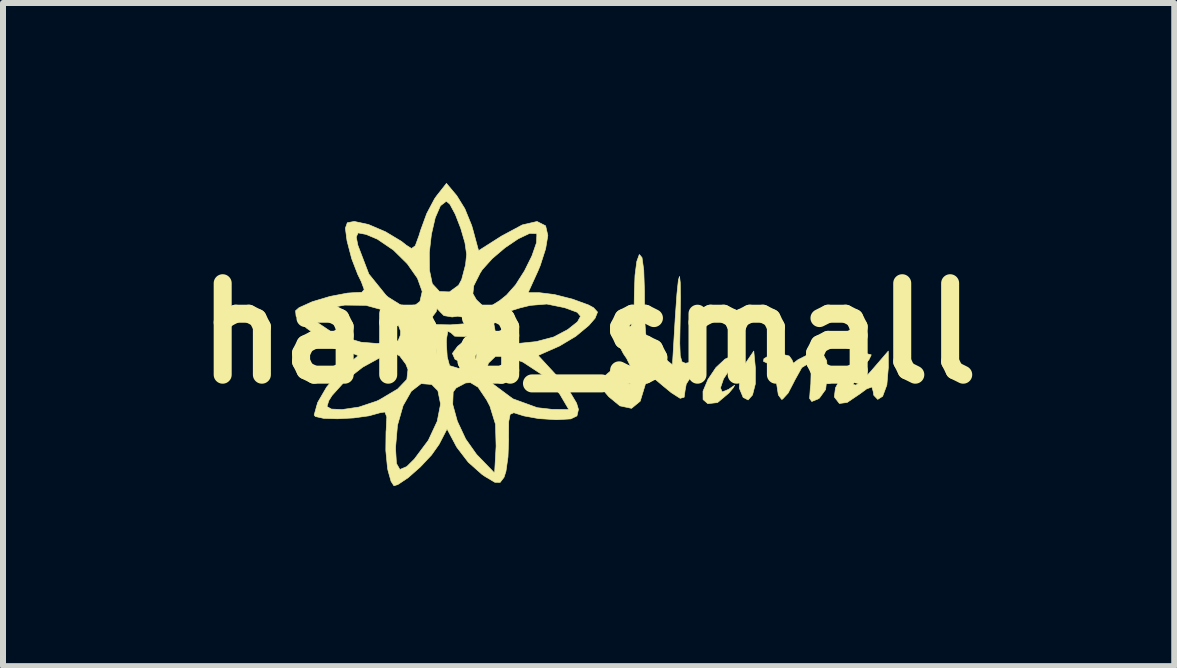
<source format=kicad_pcb>
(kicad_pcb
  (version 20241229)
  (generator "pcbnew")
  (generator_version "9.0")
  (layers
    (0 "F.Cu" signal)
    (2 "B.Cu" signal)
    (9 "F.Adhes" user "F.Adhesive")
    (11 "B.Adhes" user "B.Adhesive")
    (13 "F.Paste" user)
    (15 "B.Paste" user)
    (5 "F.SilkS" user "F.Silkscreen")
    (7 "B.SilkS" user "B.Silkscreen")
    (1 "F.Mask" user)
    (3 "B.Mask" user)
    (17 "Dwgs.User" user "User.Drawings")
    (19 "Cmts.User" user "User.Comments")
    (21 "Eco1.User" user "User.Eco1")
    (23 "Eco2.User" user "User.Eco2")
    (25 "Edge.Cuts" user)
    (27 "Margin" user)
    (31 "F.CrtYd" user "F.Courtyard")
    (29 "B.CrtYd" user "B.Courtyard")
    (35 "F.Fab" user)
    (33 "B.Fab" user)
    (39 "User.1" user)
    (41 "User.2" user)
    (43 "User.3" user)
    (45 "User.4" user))
  (footprint "hana_small"
    (layer "F.Cu")
    (at 6.756 2.503)
    (property "Reference" "hana_small" (at 0 0 0) (layer "F.SilkS") (effects (font (size 1.524 1.524) (thickness 0.3))))
    (attr through_hole)
    (fp_poly (pts (xy 2.779 0.58) (xy 2.778 0.843) (xy 2.731 1.027) (xy 2.658 1.11) (xy 2.575 1.068) (xy 2.51 0.912) (xy 2.523 0.686) (xy 2.606 0.51) (xy 2.752 0.296) (xy 2.779 0.58)) (stroke (width 0.01) (type solid)) (fill yes) (layer "F.SilkS"))
    (fp_poly (pts (xy 2.498 0.375) (xy 2.414 0.513) (xy 2.377 0.562) (xy 2.248 0.759) (xy 2.197 0.908) (xy 2.225 0.977) (xy 2.335 0.933) (xy 2.349 0.922) (xy 2.434 0.864) (xy 2.407 0.912) (xy 2.336 0.996) (xy 2.148 1.154) (xy 1.986 1.172) (xy 1.907 1.103) (xy 1.906 0.966) (xy 1.989 0.768) (xy 2.122 0.57) (xy 2.269 0.433) (xy 2.281 0.426) (xy 2.455 0.348) (xy 2.498 0.375)) (stroke (width 0.01) (type solid)) (fill yes) (layer "F.SilkS"))
    (fp_poly (pts (xy 4.994 0.565) (xy 4.969 0.86) (xy 4.899 1.049) (xy 4.817 1.101) (xy 4.751 1.032) (xy 4.741 0.968) (xy 4.72 0.894) (xy 4.632 0.926) (xy 4.518 1.01) (xy 4.308 1.152) (xy 4.178 1.169) (xy 4.098 1.066) (xy 4.094 1.057) (xy 4.113 0.909) (xy 4.221 0.709) (xy 4.377 0.511) (xy 4.539 0.372) (xy 4.633 0.339) (xy 4.709 0.359) (xy 4.67 0.441) (xy 4.587 0.535) (xy 4.458 0.709) (xy 4.406 0.852) (xy 4.455 0.863) (xy 4.58 0.764) (xy 4.701 0.635) (xy 4.993 0.296) (xy 4.994 0.565)) (stroke (width 0.01) (type solid)) (fill yes) (layer "F.SilkS"))
    (fp_poly (pts (xy 3.911 0.36) (xy 3.967 0.457) (xy 3.979 0.674) (xy 3.949 0.936) (xy 3.846 1.079) (xy 3.818 1.096) (xy 3.718 1.136) (xy 3.682 1.085) (xy 3.694 0.909) (xy 3.702 0.845) (xy 3.708 0.602) (xy 3.651 0.509) (xy 3.552 0.571) (xy 3.43 0.79) (xy 3.424 0.804) (xy 3.324 0.996) (xy 3.232 1.096) (xy 3.216 1.101) (xy 3.161 1.026) (xy 3.133 0.843) (xy 3.133 0.804) (xy 3.107 0.588) (xy 3.022 0.51) (xy 3.001 0.508) (xy 2.913 0.467) (xy 2.921 0.423) (xy 3.033 0.356) (xy 3.199 0.342) (xy 3.342 0.378) (xy 3.387 0.44) (xy 3.412 0.499) (xy 3.488 0.44) (xy 3.65 0.358) (xy 3.785 0.339) (xy 3.911 0.36)) (stroke (width 0.01) (type solid)) (fill yes) (layer "F.SilkS"))
    (fp_poly (pts (xy 0.89 -1.261) (xy 0.919 -1.052) (xy 0.931 -0.696) (xy 0.931 -0.604) (xy 0.934 -0.239) (xy 0.95 -0.003) (xy 0.988 0.146) (xy 1.058 0.249) (xy 1.164 0.341) (xy 1.397 0.524) (xy 1.444 -0.267) (xy 1.472 -0.661) (xy 1.496 -0.888) (xy 1.515 -0.949) (xy 1.527 -0.846) (xy 1.531 -0.582) (xy 1.525 -0.179) (xy 1.519 0.166) (xy 1.527 0.373) (xy 1.555 0.474) (xy 1.612 0.499) (xy 1.686 0.485) (xy 1.834 0.479) (xy 1.845 0.557) (xy 1.736 0.677) (xy 1.627 0.845) (xy 1.609 0.942) (xy 1.592 1.065) (xy 1.525 1.083) (xy 1.379 0.99) (xy 1.24 0.876) (xy 0.974 0.651) (xy 0.944 0.855) (xy 0.86 1.131) (xy 0.715 1.25) (xy 0.522 1.209) (xy 0.337 1.057) (xy 0.209 0.906) (xy 0.192 0.811) (xy 0.276 0.705) (xy 0.285 0.697) (xy 0.401 0.598) (xy 0.471 0.624) (xy 0.517 0.699) (xy 0.622 0.821) (xy 0.682 0.847) (xy 0.756 0.786) (xy 0.738 0.629) (xy 0.633 0.417) (xy 0.581 0.341) (xy 0.473 0.136) (xy 0.455 -0.033) (xy 0.522 -0.125) (xy 0.632 -0.117) (xy 0.701 -0.115) (xy 0.74 -0.196) (xy 0.758 -0.39) (xy 0.762 -0.663) (xy 0.773 -0.966) (xy 0.803 -1.198) (xy 0.844 -1.311) (xy 0.847 -1.312) (xy 0.89 -1.261)) (stroke (width 0.01) (type solid)) (fill yes) (layer "F.SilkS"))
    (fp_poly (pts (xy -2.196 -2.293) (xy -2.062 -2.076) (xy -1.948 -1.797) (xy -1.929 -1.732) (xy -1.833 -1.377) (xy -1.451 -1.62) (xy -1.105 -1.806) (xy -0.859 -1.863) (xy -0.716 -1.791) (xy -0.679 -1.63) (xy -0.716 -1.408) (xy -0.805 -1.131) (xy -0.844 -1.037) (xy -1.008 -0.677) (xy -0.821 -0.677) (xy -0.569 -0.646) (xy -0.266 -0.569) (xy -0.001 -0.472) (xy 0.082 -0.427) (xy 0.149 -0.354) (xy 0.108 -0.251) (xy 0.004 -0.131) (xy -0.214 0.05) (xy -0.482 0.21) (xy -0.52 0.227) (xy -0.841 0.369) (xy -0.505 0.733) (xy -0.322 0.96) (xy -0.2 1.164) (xy -0.169 1.268) (xy -0.194 1.376) (xy -0.297 1.426) (xy -0.522 1.439) (xy -0.545 1.439) (xy -0.83 1.421) (xy -1.078 1.376) (xy -1.129 1.36) (xy -1.246 1.323) (xy -1.307 1.349) (xy -1.331 1.472) (xy -1.333 1.727) (xy -1.332 1.767) (xy -1.343 2.061) (xy -1.377 2.3) (xy -1.409 2.399) (xy -1.474 2.484) (xy -1.562 2.482) (xy -1.722 2.387) (xy -1.774 2.352) (xy -2.005 2.147) (xy -2.193 1.902) (xy -2.208 1.876) (xy -2.358 1.593) (xy -2.491 1.85) (xy -2.617 2.028) (xy -2.804 2.227) (xy -3.007 2.406) (xy -3.178 2.52) (xy -3.243 2.54) (xy -3.291 2.466) (xy -3.342 2.285) (xy -3.35 2.246) (xy -3.378 1.956) (xy -3.378 1.911) (xy -3.217 1.911) (xy -3.201 2.169) (xy -3.144 2.269) (xy -3.029 2.22) (xy -2.903 2.095) (xy -2.67 1.783) (xy -2.522 1.466) (xy -2.467 1.184) (xy -2.264 1.184) (xy -2.187 1.464) (xy -2.048 1.761) (xy -1.867 2.017) (xy -1.84 2.045) (xy -1.566 2.328) (xy -1.541 1.882) (xy -1.551 1.516) (xy -1.644 1.214) (xy -1.699 1.109) (xy -1.841 0.898) (xy -1.968 0.821) (xy -2.049 0.827) (xy -2.206 0.91) (xy -2.256 0.977) (xy -2.264 1.184) (xy -2.467 1.184) (xy -2.466 1.179) (xy -2.511 0.956) (xy -2.614 0.852) (xy -2.79 0.838) (xy -2.954 0.965) (xy -3.091 1.206) (xy -3.184 1.532) (xy -3.217 1.911) (xy -3.378 1.911) (xy -3.375 1.64) (xy -3.372 1.609) (xy -3.362 1.393) (xy -3.394 1.311) (xy -3.469 1.322) (xy -3.66 1.375) (xy -3.915 1.41) (xy -4.183 1.424) (xy -4.413 1.417) (xy -4.552 1.386) (xy -4.572 1.361) (xy -4.533 1.22) (xy -4.359 1.22) (xy -4.285 1.262) (xy -4.106 1.27) (xy -3.827 1.229) (xy -3.531 1.13) (xy -3.483 1.107) (xy -3.181 0.928) (xy -3.028 0.768) (xy -3.013 0.637) (xy -1.718 0.637) (xy -1.653 0.775) (xy -1.591 0.846) (xy -1.262 1.091) (xy -0.855 1.239) (xy -0.609 1.267) (xy -0.329 1.27) (xy -0.482 1.01) (xy -0.738 0.713) (xy -1.093 0.48) (xy -1.355 0.384) (xy -1.552 0.385) (xy -1.667 0.495) (xy -1.718 0.637) (xy -3.013 0.637) (xy -3.009 0.604) (xy -3.045 0.513) (xy -3.147 0.377) (xy -3.215 0.339) (xy -3.467 0.401) (xy -3.763 0.564) (xy -4.051 0.788) (xy -4.275 1.037) (xy -4.328 1.122) (xy -4.359 1.22) (xy -4.533 1.22) (xy -4.514 1.153) (xy -4.365 0.897) (xy -4.163 0.654) (xy -4.08 0.577) (xy -3.837 0.372) (xy -4.031 0.292) (xy -2.793 0.292) (xy -2.743 0.313) (xy -2.709 0.296) (xy -2.643 0.322) (xy -2.625 0.418) (xy -2.607 0.559) (xy -2.582 0.593) (xy -2.555 0.518) (xy -2.541 0.334) (xy -2.54 0.286) (xy -2.545 0.176) (xy -2.369 0.176) (xy -2.355 0.394) (xy -2.318 0.531) (xy -2.311 0.54) (xy -2.167 0.584) (xy -1.992 0.538) (xy -1.879 0.429) (xy -1.877 0.423) (xy -1.863 0.341) (xy -1.933 0.378) (xy -1.979 0.416) (xy -2.118 0.489) (xy -2.226 0.432) (xy -2.269 0.335) (xy -2.184 0.219) (xy -2.117 0.164) (xy -2.001 0.06) (xy -2.028 0.043) (xy -2.062 0.054) (xy -2.231 0.048) (xy -2.293 -0.009) (xy -2.345 -0.036) (xy -2.368 0.098) (xy -2.369 0.176) (xy -2.545 0.176) (xy -2.55 0.092) (xy -2.59 0.038) (xy -2.667 0.085) (xy -2.764 0.198) (xy -2.793 0.292) (xy -4.031 0.292) (xy -4.193 0.225) (xy -4.465 0.082) (xy -4.702 -0.089) (xy -4.749 -0.135) (xy -4.874 -0.287) (xy -4.874 -0.295) (xy -4.612 -0.295) (xy -4.572 -0.22) (xy -4.563 -0.21) (xy -4.222 0.019) (xy -3.792 0.148) (xy -3.535 0.169) (xy -3.291 0.161) (xy -3.173 0.123) (xy -3.135 0.03) (xy -3.133 -0.039) (xy -3.208 -0.237) (xy -2.789 -0.237) (xy -2.733 -0.202) (xy -2.684 -0.182) (xy -2.529 -0.145) (xy -2.301 -0.141) (xy -2.13 -0.154) (xy -1.578 -0.154) (xy -1.552 -0.015) (xy -1.486 0.109) (xy -1.34 0.162) (xy -1.173 0.169) (xy -0.872 0.138) (xy -0.587 0.063) (xy -0.569 0.055) (xy -0.348 -0.062) (xy -0.188 -0.189) (xy -0.184 -0.193) (xy -0.134 -0.284) (xy -0.189 -0.35) (xy -0.378 -0.42) (xy -0.413 -0.43) (xy -0.698 -0.488) (xy -0.974 -0.465) (xy -1.141 -0.424) (xy -1.409 -0.34) (xy -1.544 -0.261) (xy -1.578 -0.154) (xy -2.13 -0.154) (xy -1.954 -0.168) (xy -1.947 -0.168) (xy -1.893 -0.196) (xy -1.99 -0.248) (xy -2.179 -0.285) (xy -2.273 -0.272) (xy -2.411 -0.295) (xy -2.463 -0.347) (xy -2.525 -0.413) (xy -2.539 -0.36) (xy -2.61 -0.267) (xy -2.688 -0.248) (xy -2.789 -0.237) (xy -3.208 -0.237) (xy -3.209 -0.239) (xy -3.413 -0.385) (xy -3.71 -0.466) (xy -4.064 -0.47) (xy -4.323 -0.422) (xy -4.537 -0.355) (xy -4.612 -0.295) (xy -4.874 -0.295) (xy -4.882 -0.376) (xy -4.824 -0.427) (xy -4.605 -0.526) (xy -4.307 -0.615) (xy -4.018 -0.67) (xy -3.916 -0.677) (xy -3.778 -0.683) (xy -3.738 -0.729) (xy -3.786 -0.859) (xy -3.846 -0.982) (xy -3.946 -1.241) (xy -4.022 -1.531) (xy -4.025 -1.545) (xy -4.033 -1.605) (xy -3.871 -1.605) (xy -3.844 -1.467) (xy -3.661 -0.988) (xy -3.374 -0.633) (xy -3.335 -0.6) (xy -3.098 -0.452) (xy -2.923 -0.443) (xy -2.81 -0.531) (xy -2.78 -0.661) (xy -1.928 -0.661) (xy -1.87 -0.56) (xy -1.757 -0.452) (xy -1.643 -0.444) (xy -1.481 -0.545) (xy -1.367 -0.637) (xy -1.217 -0.806) (xy -1.068 -1.04) (xy -0.944 -1.29) (xy -0.868 -1.509) (xy -0.862 -1.648) (xy -0.872 -1.662) (xy -0.982 -1.665) (xy -1.17 -1.576) (xy -1.392 -1.426) (xy -1.606 -1.244) (xy -1.772 -1.059) (xy -1.807 -1.004) (xy -1.913 -0.793) (xy -1.928 -0.661) (xy -2.78 -0.661) (xy -2.772 -0.697) (xy -2.851 -0.917) (xy -3.02 -1.158) (xy -3.206 -1.342) (xy -2.654 -1.342) (xy -2.651 -1.051) (xy -2.604 -0.826) (xy -2.484 -0.696) (xy -2.318 -0.69) (xy -2.166 -0.801) (xy -2.115 -0.895) (xy -2.05 -1.142) (xy -2.032 -1.316) (xy -2.06 -1.509) (xy -2.13 -1.749) (xy -2.22 -1.981) (xy -2.31 -2.149) (xy -2.37 -2.201) (xy -2.469 -2.124) (xy -2.555 -1.925) (xy -2.619 -1.648) (xy -2.654 -1.342) (xy -3.206 -1.342) (xy -3.252 -1.387) (xy -3.518 -1.568) (xy -3.707 -1.648) (xy -3.84 -1.673) (xy -3.871 -1.605) (xy -4.033 -1.605) (xy -4.052 -1.752) (xy -4.02 -1.842) (xy -3.909 -1.863) (xy -3.9 -1.863) (xy -3.67 -1.814) (xy -3.384 -1.692) (xy -3.116 -1.531) (xy -3.039 -1.469) (xy -2.95 -1.413) (xy -2.887 -1.459) (xy -2.823 -1.635) (xy -2.8 -1.712) (xy -2.697 -1.994) (xy -2.567 -2.24) (xy -2.534 -2.287) (xy -2.368 -2.498) (xy -2.196 -2.293)) (stroke (width 0.01) (type solid)) (fill yes) (layer "F.SilkS")))
  (gr_rect
    (start -3 -3)
    (end 16.513 8.048)
    (stroke (width 0.1) (type default))
    (fill no)
    (layer "Edge.Cuts")))
</source>
